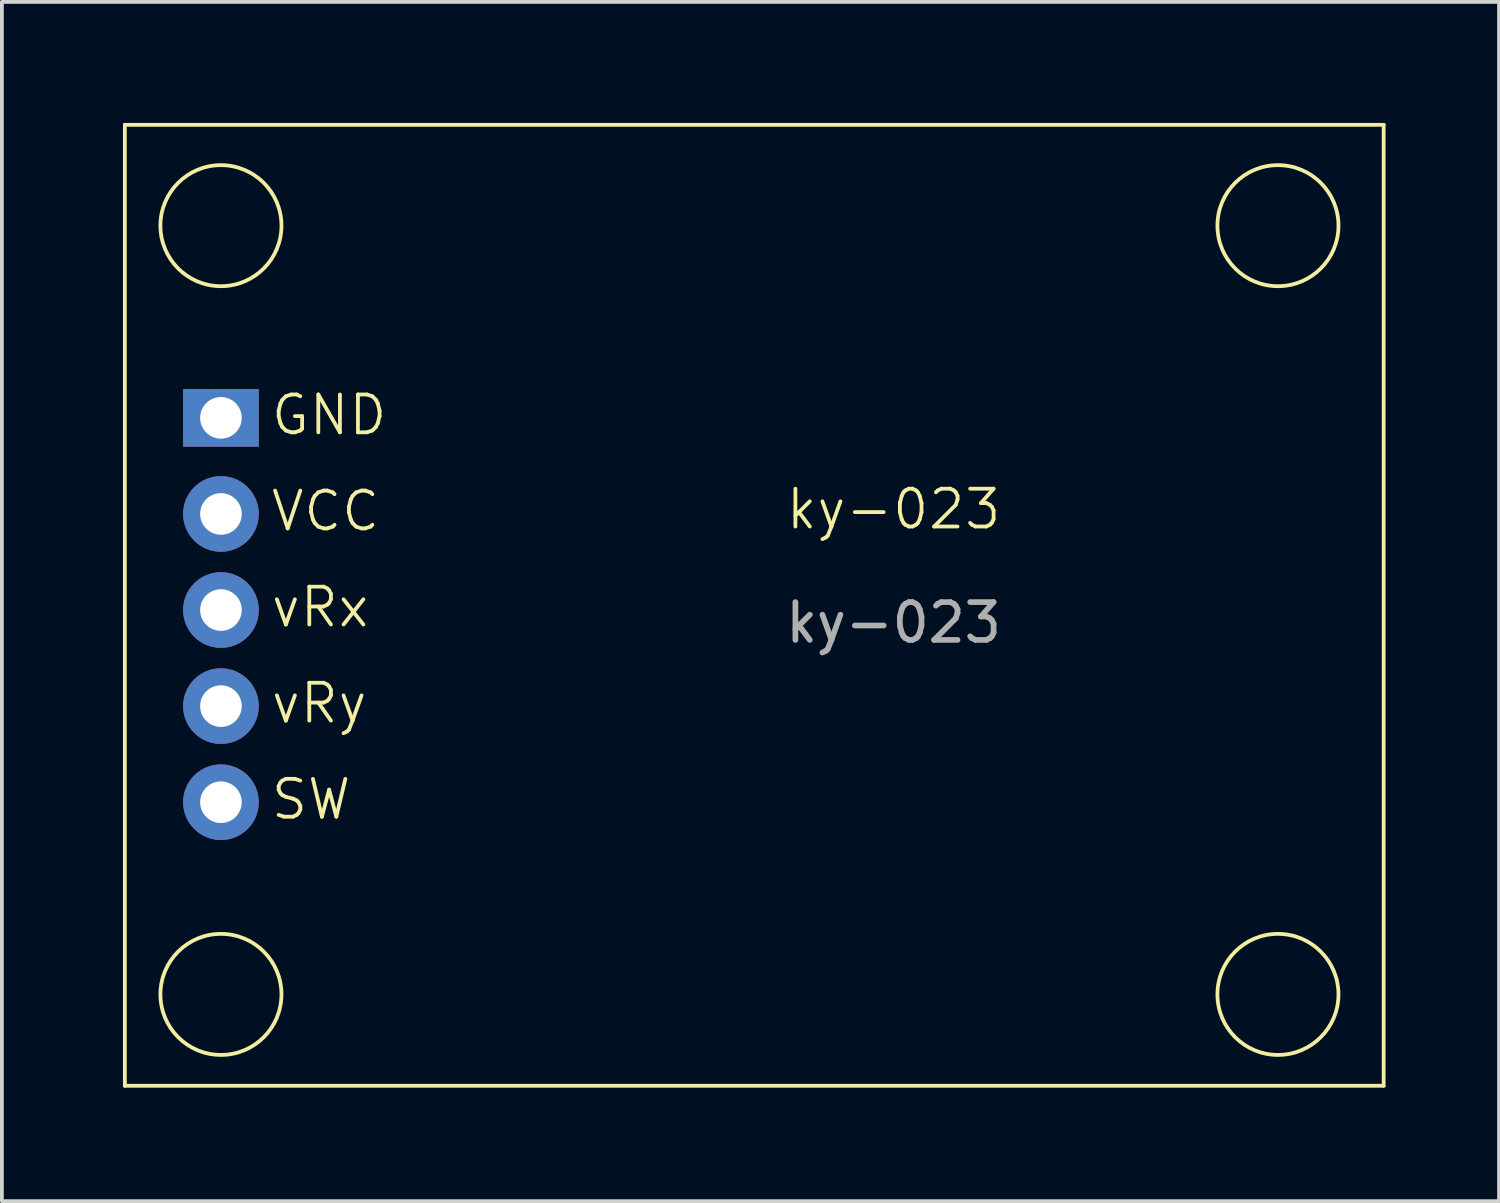
<source format=kicad_pcb>
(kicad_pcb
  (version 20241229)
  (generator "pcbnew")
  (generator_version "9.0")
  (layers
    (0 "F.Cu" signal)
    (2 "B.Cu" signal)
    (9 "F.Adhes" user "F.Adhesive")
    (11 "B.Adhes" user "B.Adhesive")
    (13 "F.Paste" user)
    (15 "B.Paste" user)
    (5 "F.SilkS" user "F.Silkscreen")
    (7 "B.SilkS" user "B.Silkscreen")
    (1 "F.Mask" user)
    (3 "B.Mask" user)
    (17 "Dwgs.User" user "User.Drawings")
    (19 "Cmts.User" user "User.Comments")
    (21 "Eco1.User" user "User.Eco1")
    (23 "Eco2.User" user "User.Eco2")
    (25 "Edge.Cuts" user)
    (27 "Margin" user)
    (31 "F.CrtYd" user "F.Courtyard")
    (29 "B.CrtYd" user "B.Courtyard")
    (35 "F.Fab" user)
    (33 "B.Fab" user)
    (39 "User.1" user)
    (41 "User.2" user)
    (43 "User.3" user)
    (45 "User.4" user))
  (footprint "ky-023"
    (layer "F.Cu")
    (at 0.25 0.25)
    (property "Reference" "ky-023" (at 20.32 10.16 0) (unlocked yes) (layer "F.SilkS") (effects (font (size 1 1) (thickness 0.1))))
    (attr through_hole)
    (fp_line (start 0 0) (end 0 25.4) (stroke (width 0.1) (type default)) (layer "F.SilkS"))
    (fp_line (start 0 25.4) (end 33.274 25.4) (stroke (width 0.1) (type default)) (layer "F.SilkS"))
    (fp_line (start 33.274 0) (end 0 0) (stroke (width 0.1) (type default)) (layer "F.SilkS"))
    (fp_line (start 33.274 25.4) (end 33.274 0) (stroke (width 0.1) (type default)) (layer "F.SilkS"))
    (fp_circle (center 2.54 2.665) (end 4.14 2.665) (stroke (width 0.1) (type solid)) (fill no) (layer "F.SilkS"))
    (fp_circle (center 2.54 22.985) (end 4.14 22.985) (stroke (width 0.1) (type solid)) (fill no) (layer "F.SilkS"))
    (fp_circle (center 30.48 2.665) (end 32.08 2.665) (stroke (width 0.1) (type solid)) (fill no) (layer "F.SilkS"))
    (fp_circle (center 30.48 22.985) (end 32.08 22.985) (stroke (width 0.1) (type solid)) (fill no) (layer "F.SilkS"))
    (fp_text user "GND" (at 3.81 8.255 0) (unlocked yes) (layer "F.SilkS") (effects (font (size 1 1) (thickness 0.1)) (justify left bottom)))
    (fp_text user "vRx" (at 3.81 13.335 0) (unlocked yes) (layer "F.SilkS") (effects (font (size 1 1) (thickness 0.1)) (justify left bottom)))
    (fp_text user "SW" (at 3.81 18.415 0) (unlocked yes) (layer "F.SilkS") (effects (font (size 1 1) (thickness 0.1)) (justify left bottom)))
    (fp_text user "VCC" (at 3.81 10.795 0) (unlocked yes) (layer "F.SilkS") (effects (font (size 1 1) (thickness 0.1)) (justify left bottom)))
    (fp_text user "vRy" (at 3.81 15.875 0) (unlocked yes) (layer "F.SilkS") (effects (font (size 1 1) (thickness 0.1)) (justify left bottom)))
    (fp_text user "${REFERENCE}" (at 20.32 13.16 0) (unlocked yes) (layer "F.Fab") (effects (font (size 1 1) (thickness 0.15))))
    (pad "1" thru_hole custom (at 2.54 7.745) (size 2 1.524) (drill 1.1) (layers "*.Cu" "*.Mask") (options (anchor rect)) (primitives))
    (pad "2" thru_hole circle (at 2.54 10.285) (size 2 2) (drill 1.1) (layers "*.Cu" "*.Mask"))
    (pad "3" thru_hole circle (at 2.54 12.825) (size 2 2) (drill 1.1) (layers "*.Cu" "*.Mask"))
    (pad "4" thru_hole circle (at 2.54 15.365) (size 2 2) (drill 1.1) (layers "*.Cu" "*.Mask"))
    (pad "5" thru_hole circle (at 2.54 17.905) (size 2 2) (drill 1.1) (layers "*.Cu" "*.Mask")))
  (gr_rect
    (start -3 -3)
    (end 36.574 28.7)
    (stroke (width 0.1) (type default))
    (fill no)
    (layer "Edge.Cuts")))
</source>
